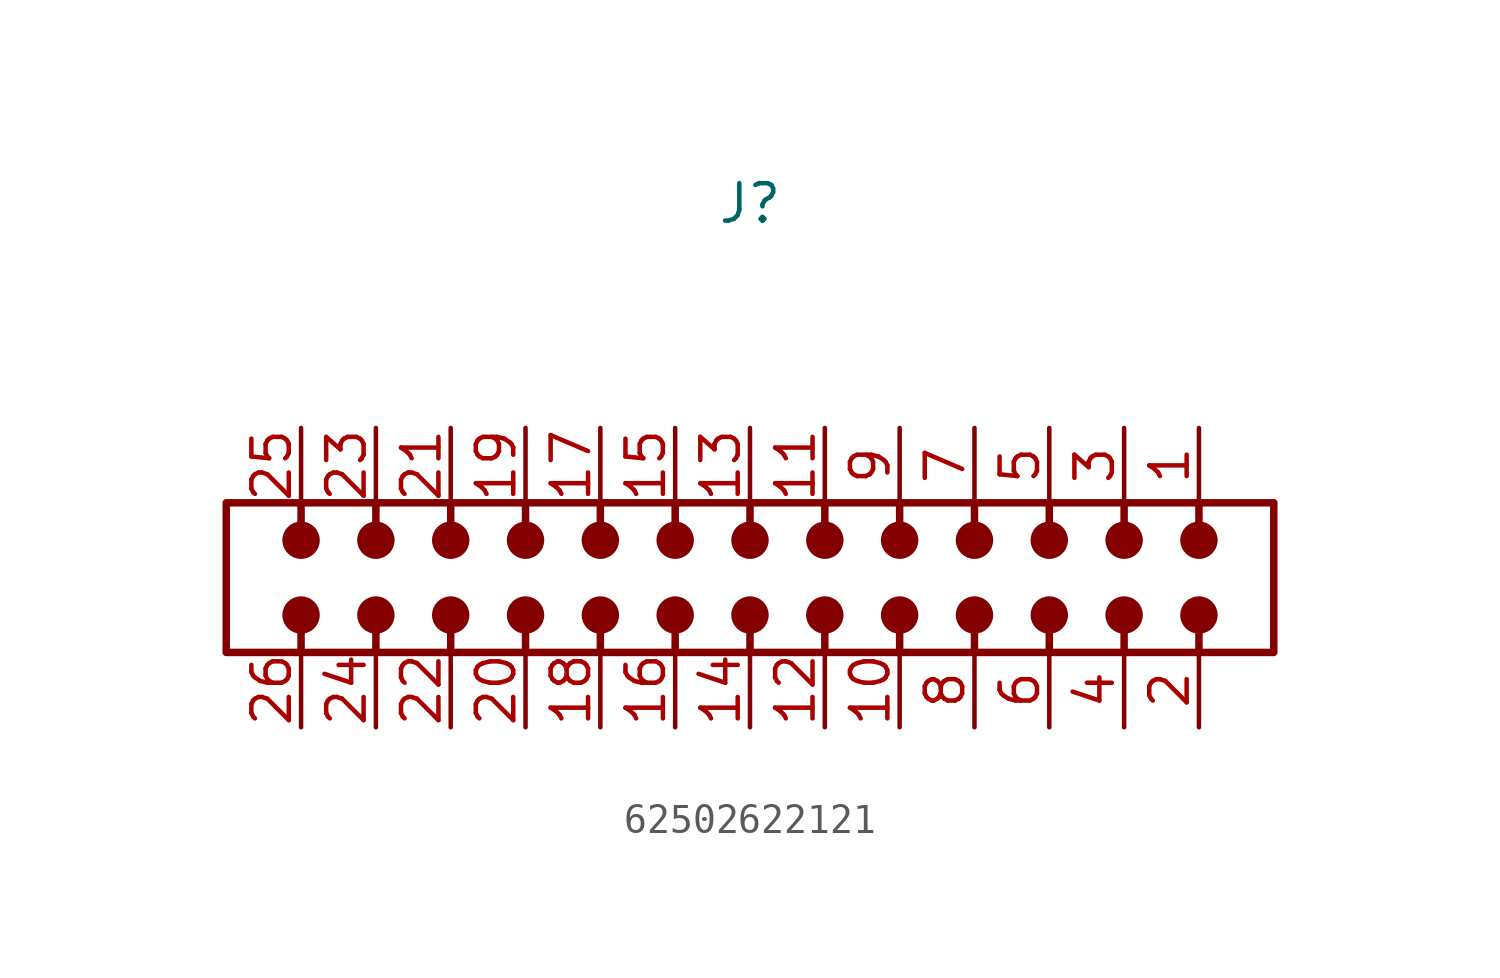
<source format=kicad_sym>
(kicad_symbol_lib
  (version 20241209)
  (generator "kicad_symbol_editor")
  (generator_version "9.0")
  (symbol "62502622121"
    (pin_names
      (hide yes))
    (property "Reference" "J"
      (at 0 12.7 0)
      (effects (font (size 1.27 1.27))))
    (symbol "62502622121_1_1"
      (rectangle (start -17.78 2.54) (end 17.78 -2.54) (stroke (width 0.254) (type solid)) (fill (type none)))
      (polyline (pts (xy -15.24 1.778) (xy -15.24 2.54)) (stroke (width 0.254) (type solid)) (fill (type none)))
      (circle (center -15.24 1.27) (radius 0.508) (stroke (width 0.254) (type solid)) (fill (type outline)))
      (circle (center -15.24 -1.27) (radius 0.508) (stroke (width 0.254) (type solid)) (fill (type outline)))
      (polyline (pts (xy -15.24 -1.778) (xy -15.24 -2.54)) (stroke (width 0.254) (type solid)) (fill (type none)))
      (polyline (pts (xy -12.7 1.778) (xy -12.7 2.54)) (stroke (width 0.254) (type solid)) (fill (type none)))
      (circle (center -12.7 1.27) (radius 0.508) (stroke (width 0.254) (type solid)) (fill (type outline)))
      (circle (center -12.7 -1.27) (radius 0.508) (stroke (width 0.254) (type solid)) (fill (type outline)))
      (polyline (pts (xy -12.7 -1.778) (xy -12.7 -2.54)) (stroke (width 0.254) (type solid)) (fill (type none)))
      (polyline (pts (xy -10.16 1.778) (xy -10.16 2.54)) (stroke (width 0.254) (type solid)) (fill (type none)))
      (circle (center -10.16 1.27) (radius 0.508) (stroke (width 0.254) (type solid)) (fill (type outline)))
      (circle (center -10.16 -1.27) (radius 0.508) (stroke (width 0.254) (type solid)) (fill (type outline)))
      (polyline (pts (xy -10.16 -1.778) (xy -10.16 -2.54)) (stroke (width 0.254) (type solid)) (fill (type none)))
      (polyline (pts (xy -7.62 1.778) (xy -7.62 2.54)) (stroke (width 0.254) (type solid)) (fill (type none)))
      (circle (center -7.62 1.27) (radius 0.508) (stroke (width 0.254) (type solid)) (fill (type outline)))
      (circle (center -7.62 -1.27) (radius 0.508) (stroke (width 0.254) (type solid)) (fill (type outline)))
      (polyline (pts (xy -7.62 -1.778) (xy -7.62 -2.54)) (stroke (width 0.254) (type solid)) (fill (type none)))
      (polyline (pts (xy -5.08 1.778) (xy -5.08 2.54)) (stroke (width 0.254) (type solid)) (fill (type none)))
      (circle (center -5.08 1.27) (radius 0.508) (stroke (width 0.254) (type solid)) (fill (type outline)))
      (circle (center -5.08 -1.27) (radius 0.508) (stroke (width 0.254) (type solid)) (fill (type outline)))
      (polyline (pts (xy -5.08 -1.778) (xy -5.08 -2.54)) (stroke (width 0.254) (type solid)) (fill (type none)))
      (polyline (pts (xy -2.54 1.778) (xy -2.54 2.54)) (stroke (width 0.254) (type solid)) (fill (type none)))
      (circle (center -2.54 1.27) (radius 0.508) (stroke (width 0.254) (type solid)) (fill (type outline)))
      (circle (center -2.54 -1.27) (radius 0.508) (stroke (width 0.254) (type solid)) (fill (type outline)))
      (polyline (pts (xy -2.54 -1.778) (xy -2.54 -2.54)) (stroke (width 0.254) (type solid)) (fill (type none)))
      (polyline (pts (xy 0 1.778) (xy 0 2.54)) (stroke (width 0.254) (type solid)) (fill (type none)))
      (circle (center 0 1.27) (radius 0.508) (stroke (width 0.254) (type solid)) (fill (type outline)))
      (circle (center 0 -1.27) (radius 0.508) (stroke (width 0.254) (type solid)) (fill (type outline)))
      (polyline (pts (xy 0 -1.778) (xy 0 -2.54)) (stroke (width 0.254) (type solid)) (fill (type none)))
      (polyline (pts (xy 2.54 1.778) (xy 2.54 2.54)) (stroke (width 0.254) (type solid)) (fill (type none)))
      (circle (center 2.54 1.27) (radius 0.508) (stroke (width 0.254) (type solid)) (fill (type outline)))
      (circle (center 2.54 -1.27) (radius 0.508) (stroke (width 0.254) (type solid)) (fill (type outline)))
      (polyline (pts (xy 2.54 -1.778) (xy 2.54 -2.54)) (stroke (width 0.254) (type solid)) (fill (type none)))
      (polyline (pts (xy 5.08 1.778) (xy 5.08 2.54)) (stroke (width 0.254) (type solid)) (fill (type none)))
      (circle (center 5.08 1.27) (radius 0.508) (stroke (width 0.254) (type solid)) (fill (type outline)))
      (circle (center 5.08 -1.27) (radius 0.508) (stroke (width 0.254) (type solid)) (fill (type outline)))
      (polyline (pts (xy 5.08 -1.778) (xy 5.08 -2.54)) (stroke (width 0.254) (type solid)) (fill (type none)))
      (polyline (pts (xy 7.62 1.778) (xy 7.62 2.54)) (stroke (width 0.254) (type solid)) (fill (type none)))
      (circle (center 7.62 1.27) (radius 0.508) (stroke (width 0.254) (type solid)) (fill (type outline)))
      (circle (center 7.62 -1.27) (radius 0.508) (stroke (width 0.254) (type solid)) (fill (type outline)))
      (polyline (pts (xy 7.62 -1.778) (xy 7.62 -2.54)) (stroke (width 0.254) (type solid)) (fill (type none)))
      (polyline (pts (xy 10.16 1.778) (xy 10.16 2.54)) (stroke (width 0.254) (type solid)) (fill (type none)))
      (circle (center 10.16 1.27) (radius 0.508) (stroke (width 0.254) (type solid)) (fill (type outline)))
      (circle (center 10.16 -1.27) (radius 0.508) (stroke (width 0.254) (type solid)) (fill (type outline)))
      (polyline (pts (xy 10.16 -1.778) (xy 10.16 -2.54)) (stroke (width 0.254) (type solid)) (fill (type none)))
      (polyline (pts (xy 12.7 1.778) (xy 12.7 2.54)) (stroke (width 0.254) (type solid)) (fill (type none)))
      (circle (center 12.7 1.27) (radius 0.508) (stroke (width 0.254) (type solid)) (fill (type outline)))
      (circle (center 12.7 -1.27) (radius 0.508) (stroke (width 0.254) (type solid)) (fill (type outline)))
      (polyline (pts (xy 12.7 -1.778) (xy 12.7 -2.54)) (stroke (width 0.254) (type solid)) (fill (type none)))
      (polyline (pts (xy 15.24 1.778) (xy 15.24 2.54)) (stroke (width 0.254) (type solid)) (fill (type none)))
      (circle (center 15.24 1.27) (radius 0.508) (stroke (width 0.254) (type solid)) (fill (type outline)))
      (circle (center 15.24 -1.27) (radius 0.508) (stroke (width 0.254) (type solid)) (fill (type outline)))
      (polyline (pts (xy 15.24 -1.778) (xy 15.24 -2.54)) (stroke (width 0.254) (type solid)) (fill (type none)))
      (pin passive line (at -15.24 5.08 270) (length 2.54) (name "25" (effects (font (size 1.27 1.27)))) (number "25" (effects (font (size 1.27 1.27)))))
      (pin passive line (at -15.24 -5.08 90) (length 2.54) (name "26" (effects (font (size 1.27 1.27)))) (number "26" (effects (font (size 1.27 1.27)))))
      (pin passive line (at -12.7 5.08 270) (length 2.54) (name "23" (effects (font (size 1.27 1.27)))) (number "23" (effects (font (size 1.27 1.27)))))
      (pin passive line (at -12.7 -5.08 90) (length 2.54) (name "24" (effects (font (size 1.27 1.27)))) (number "24" (effects (font (size 1.27 1.27)))))
      (pin passive line (at -10.16 5.08 270) (length 2.54) (name "21" (effects (font (size 1.27 1.27)))) (number "21" (effects (font (size 1.27 1.27)))))
      (pin passive line (at -10.16 -5.08 90) (length 2.54) (name "22" (effects (font (size 1.27 1.27)))) (number "22" (effects (font (size 1.27 1.27)))))
      (pin passive line (at -7.62 5.08 270) (length 2.54) (name "19" (effects (font (size 1.27 1.27)))) (number "19" (effects (font (size 1.27 1.27)))))
      (pin passive line (at -7.62 -5.08 90) (length 2.54) (name "20" (effects (font (size 1.27 1.27)))) (number "20" (effects (font (size 1.27 1.27)))))
      (pin passive line (at -5.08 5.08 270) (length 2.54) (name "17" (effects (font (size 1.27 1.27)))) (number "17" (effects (font (size 1.27 1.27)))))
      (pin passive line (at -5.08 -5.08 90) (length 2.54) (name "18" (effects (font (size 1.27 1.27)))) (number "18" (effects (font (size 1.27 1.27)))))
      (pin passive line (at -2.54 5.08 270) (length 2.54) (name "15" (effects (font (size 1.27 1.27)))) (number "15" (effects (font (size 1.27 1.27)))))
      (pin passive line (at -2.54 -5.08 90) (length 2.54) (name "16" (effects (font (size 1.27 1.27)))) (number "16" (effects (font (size 1.27 1.27)))))
      (pin passive line (at 0 5.08 270) (length 2.54) (name "13" (effects (font (size 1.27 1.27)))) (number "13" (effects (font (size 1.27 1.27)))))
      (pin passive line (at 0 -5.08 90) (length 2.54) (name "14" (effects (font (size 1.27 1.27)))) (number "14" (effects (font (size 1.27 1.27)))))
      (pin passive line (at 2.54 5.08 270) (length 2.54) (name "11" (effects (font (size 1.27 1.27)))) (number "11" (effects (font (size 1.27 1.27)))))
      (pin passive line (at 2.54 -5.08 90) (length 2.54) (name "12" (effects (font (size 1.27 1.27)))) (number "12" (effects (font (size 1.27 1.27)))))
      (pin passive line (at 5.08 5.08 270) (length 2.54) (name "9" (effects (font (size 1.27 1.27)))) (number "9" (effects (font (size 1.27 1.27)))))
      (pin passive line (at 5.08 -5.08 90) (length 2.54) (name "10" (effects (font (size 1.27 1.27)))) (number "10" (effects (font (size 1.27 1.27)))))
      (pin passive line (at 7.62 5.08 270) (length 2.54) (name "7" (effects (font (size 1.27 1.27)))) (number "7" (effects (font (size 1.27 1.27)))))
      (pin passive line (at 7.62 -5.08 90) (length 2.54) (name "8" (effects (font (size 1.27 1.27)))) (number "8" (effects (font (size 1.27 1.27)))))
      (pin passive line (at 10.16 5.08 270) (length 2.54) (name "5" (effects (font (size 1.27 1.27)))) (number "5" (effects (font (size 1.27 1.27)))))
      (pin passive line (at 10.16 -5.08 90) (length 2.54) (name "6" (effects (font (size 1.27 1.27)))) (number "6" (effects (font (size 1.27 1.27)))))
      (pin passive line (at 12.7 5.08 270) (length 2.54) (name "3" (effects (font (size 1.27 1.27)))) (number "3" (effects (font (size 1.27 1.27)))))
      (pin passive line (at 12.7 -5.08 90) (length 2.54) (name "4" (effects (font (size 1.27 1.27)))) (number "4" (effects (font (size 1.27 1.27)))))
      (pin passive line (at 15.24 5.08 270) (length 2.54) (name "1" (effects (font (size 1.27 1.27)))) (number "1" (effects (font (size 1.27 1.27)))))
      (pin passive line (at 15.24 -5.08 90) (length 2.54) (name "2" (effects (font (size 1.27 1.27)))) (number "2" (effects (font (size 1.27 1.27))))))))
</source>
